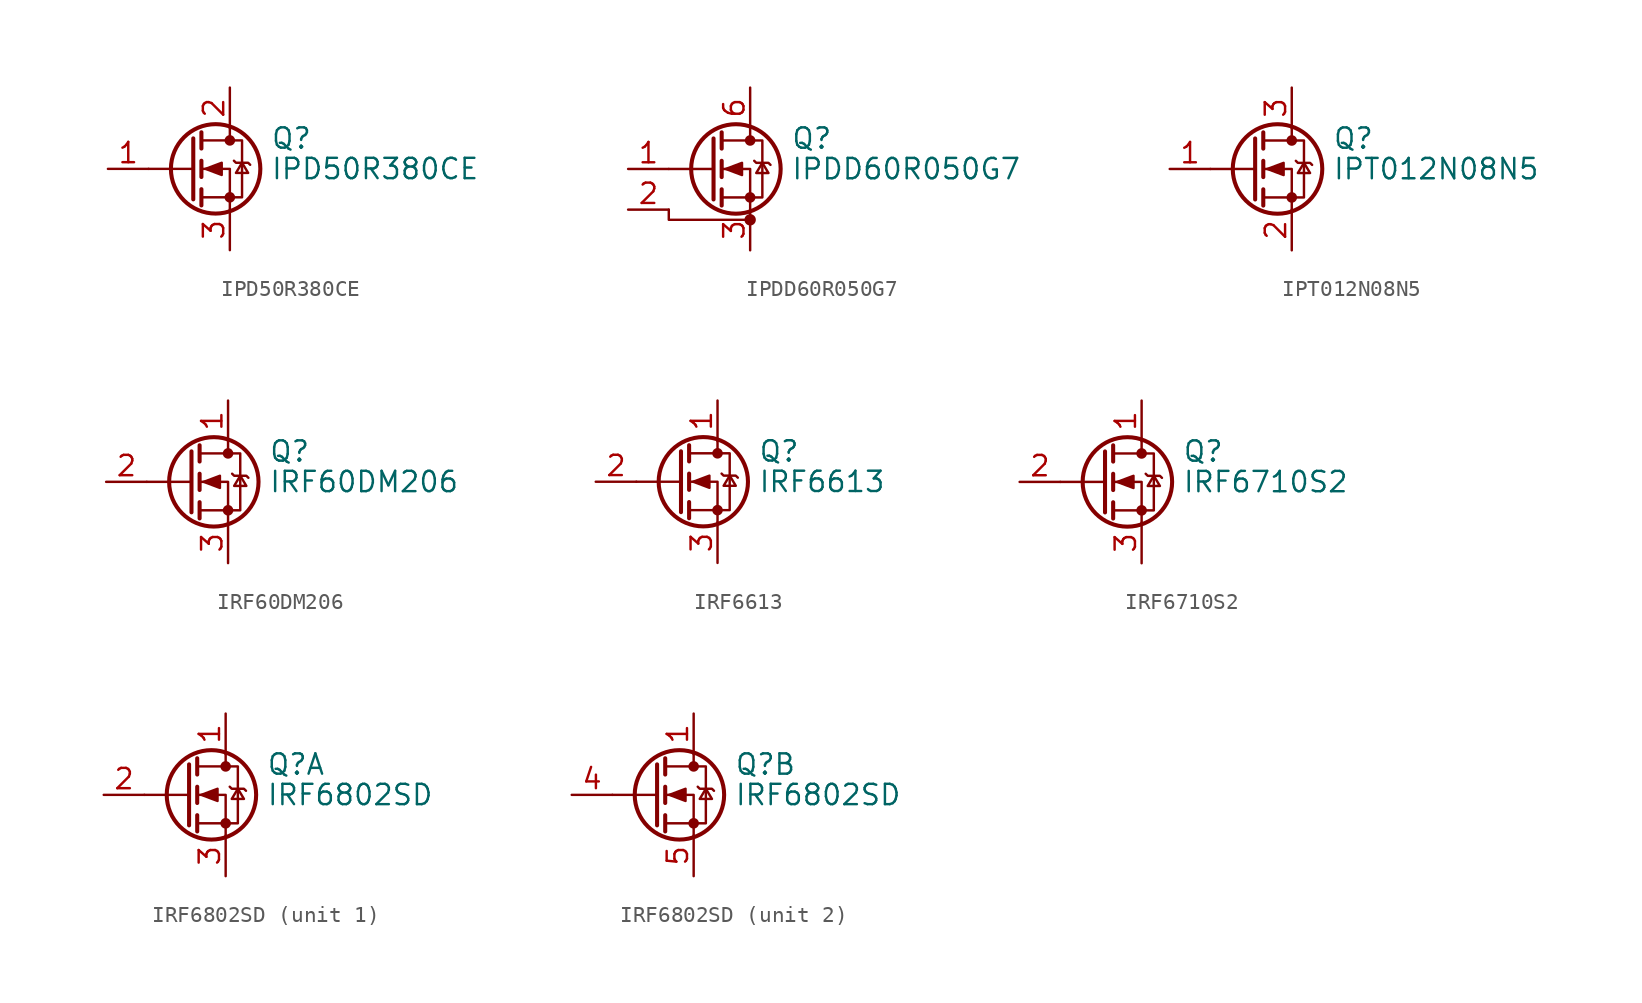
<source format=kicad_sym>
(kicad_symbol_lib
  (version 20241209)
  (generator "kicad_symbol_editor")
  (generator_version "9.0")
  (symbol "IPD50R380CE"
    (pin_names
      (hide yes))
    (property "Reference" "Q"
      (at 5.08 1.905 0)
      (effects (font (size 1.27 1.27)) (justify left)))
    (property "Value" "IPD50R380CE"
      (at 5.08 0 0)
      (effects (font (size 1.27 1.27)) (justify left)))
    (symbol "IPD50R380CE_0_1"
      (polyline (pts (xy 0.254 1.905) (xy 0.254 -1.905)) (stroke (width 0.254) (type default)) (fill (type none)))
      (polyline (pts (xy 0.254 0) (xy -2.54 0)) (stroke (width 0) (type default)) (fill (type none)))
      (polyline (pts (xy 0.762 2.286) (xy 0.762 1.27)) (stroke (width 0.254) (type default)) (fill (type none)))
      (polyline (pts (xy 0.762 0.508) (xy 0.762 -0.508)) (stroke (width 0.254) (type default)) (fill (type none)))
      (polyline (pts (xy 0.762 -1.27) (xy 0.762 -2.286)) (stroke (width 0.254) (type default)) (fill (type none)))
      (polyline (pts (xy 0.762 -1.778) (xy 3.302 -1.778) (xy 3.302 1.778) (xy 0.762 1.778)) (stroke (width 0) (type default)) (fill (type none)))
      (polyline (pts (xy 1.016 0) (xy 2.032 0.381) (xy 2.032 -0.381) (xy 1.016 0)) (stroke (width 0) (type default)) (fill (type outline)))
      (circle (center 1.651 0) (radius 2.794) (stroke (width 0.254) (type default)) (fill (type none)))
      (polyline (pts (xy 2.54 2.54) (xy 2.54 1.778)) (stroke (width 0) (type default)) (fill (type none)))
      (circle (center 2.54 1.778) (radius 0.254) (stroke (width 0) (type default)) (fill (type outline)))
      (circle (center 2.54 -1.778) (radius 0.254) (stroke (width 0) (type default)) (fill (type outline)))
      (polyline (pts (xy 2.54 -2.54) (xy 2.54 0) (xy 0.762 0)) (stroke (width 0) (type default)) (fill (type none)))
      (polyline (pts (xy 2.794 0.508) (xy 2.921 0.381) (xy 3.683 0.381) (xy 3.81 0.254)) (stroke (width 0) (type default)) (fill (type none)))
      (polyline (pts (xy 3.302 0.381) (xy 2.921 -0.254) (xy 3.683 -0.254) (xy 3.302 0.381)) (stroke (width 0) (type default)) (fill (type none))))
    (symbol "IPD50R380CE_1_1"
      (pin input line (at -5.08 0 0) (length 2.54) (name "G" (effects (font (size 1.27 1.27)))) (number "1" (effects (font (size 1.27 1.27)))))
      (pin passive line (at 2.54 5.08 270) (length 2.54) (name "D" (effects (font (size 1.27 1.27)))) (number "2" (effects (font (size 1.27 1.27)))))
      (pin passive line (at 2.54 -5.08 90) (length 2.54) (name "S" (effects (font (size 1.27 1.27)))) (number "3" (effects (font (size 1.27 1.27)))))))
  (symbol "IPDD60R050G7"
    (pin_names
      (hide yes))
    (property "Reference" "Q"
      (at 5.08 1.905 0)
      (effects (font (size 1.27 1.27)) (justify left)))
    (property "Value" "IPDD60R050G7"
      (at 5.08 0 0)
      (effects (font (size 1.27 1.27)) (justify left)))
    (symbol "IPDD60R050G7_0_1"
      (polyline (pts (xy -2.54 -2.54) (xy -2.54 -3.175) (xy 2.54 -3.175)) (stroke (width 0) (type default)) (fill (type none)))
      (polyline (pts (xy 0.254 1.905) (xy 0.254 -1.905)) (stroke (width 0.254) (type default)) (fill (type none)))
      (polyline (pts (xy 0.254 0) (xy -2.54 0)) (stroke (width 0) (type default)) (fill (type none)))
      (polyline (pts (xy 0.762 2.286) (xy 0.762 1.27)) (stroke (width 0.254) (type default)) (fill (type none)))
      (polyline (pts (xy 0.762 0.508) (xy 0.762 -0.508)) (stroke (width 0.254) (type default)) (fill (type none)))
      (polyline (pts (xy 0.762 -1.27) (xy 0.762 -2.286)) (stroke (width 0.254) (type default)) (fill (type none)))
      (polyline (pts (xy 0.762 -1.778) (xy 3.302 -1.778) (xy 3.302 1.778) (xy 0.762 1.778)) (stroke (width 0) (type default)) (fill (type none)))
      (polyline (pts (xy 1.016 0) (xy 2.032 0.381) (xy 2.032 -0.381) (xy 1.016 0)) (stroke (width 0) (type default)) (fill (type outline)))
      (circle (center 1.651 0) (radius 2.794) (stroke (width 0.254) (type default)) (fill (type none)))
      (polyline (pts (xy 2.54 2.54) (xy 2.54 1.778)) (stroke (width 0) (type default)) (fill (type none)))
      (circle (center 2.54 1.778) (radius 0.254) (stroke (width 0) (type default)) (fill (type outline)))
      (circle (center 2.54 -1.778) (radius 0.254) (stroke (width 0) (type default)) (fill (type outline)))
      (polyline (pts (xy 2.54 -2.54) (xy 2.54 0) (xy 0.762 0)) (stroke (width 0) (type default)) (fill (type none)))
      (circle (center 2.54 -3.175) (radius 0.279) (stroke (width 0) (type default)) (fill (type outline)))
      (polyline (pts (xy 2.794 0.508) (xy 2.921 0.381) (xy 3.683 0.381) (xy 3.81 0.254)) (stroke (width 0) (type default)) (fill (type none)))
      (polyline (pts (xy 3.302 0.381) (xy 2.921 -0.254) (xy 3.683 -0.254) (xy 3.302 0.381)) (stroke (width 0) (type default)) (fill (type none))))
    (symbol "IPDD60R050G7_1_1"
      (pin input line (at -5.08 0 0) (length 2.54) (name "G" (effects (font (size 1.27 1.27)))) (number "1" (effects (font (size 1.27 1.27)))))
      (pin passive line (at -5.08 -2.54 0) (length 2.54) (name "DS" (effects (font (size 1.27 1.27)))) (number "2" (effects (font (size 1.27 1.27)))))
      (pin passive line (at 2.54 5.08 270) (length 2.54) (hide yes) (name "D" (effects (font (size 1.27 1.27)))) (number "10" (effects (font (size 1.27 1.27)))))
      (pin passive line (at 2.54 5.08 270) (length 2.54) (name "D" (effects (font (size 1.27 1.27)))) (number "6" (effects (font (size 1.27 1.27)))))
      (pin passive line (at 2.54 5.08 270) (length 2.54) (hide yes) (name "D" (effects (font (size 1.27 1.27)))) (number "7" (effects (font (size 1.27 1.27)))))
      (pin passive line (at 2.54 5.08 270) (length 2.54) (hide yes) (name "D" (effects (font (size 1.27 1.27)))) (number "8" (effects (font (size 1.27 1.27)))))
      (pin passive line (at 2.54 5.08 270) (length 2.54) (hide yes) (name "D" (effects (font (size 1.27 1.27)))) (number "9" (effects (font (size 1.27 1.27)))))
      (pin passive line (at 2.54 -5.08 90) (length 2.54) (name "PS" (effects (font (size 1.27 1.27)))) (number "3" (effects (font (size 1.27 1.27)))))
      (pin passive line (at 2.54 -5.08 90) (length 2.54) (hide yes) (name "PS" (effects (font (size 1.27 1.27)))) (number "4" (effects (font (size 1.27 1.27)))))
      (pin passive line (at 2.54 -5.08 90) (length 2.54) (hide yes) (name "PS" (effects (font (size 1.27 1.27)))) (number "5" (effects (font (size 1.27 1.27)))))))
  (symbol "IPT012N08N5"
    (pin_names
      (hide yes))
    (property "Reference" "Q"
      (at 5.08 1.905 0)
      (effects (font (size 1.27 1.27)) (justify left)))
    (property "Value" "IPT012N08N5"
      (at 5.08 0 0)
      (effects (font (size 1.27 1.27)) (justify left)))
    (symbol "IPT012N08N5_0_1"
      (polyline (pts (xy 0.254 1.905) (xy 0.254 -1.905)) (stroke (width 0.254) (type default)) (fill (type none)))
      (polyline (pts (xy 0.254 0) (xy -2.54 0)) (stroke (width 0) (type default)) (fill (type none)))
      (polyline (pts (xy 0.762 2.286) (xy 0.762 1.27)) (stroke (width 0.254) (type default)) (fill (type none)))
      (polyline (pts (xy 0.762 0.508) (xy 0.762 -0.508)) (stroke (width 0.254) (type default)) (fill (type none)))
      (polyline (pts (xy 0.762 -1.27) (xy 0.762 -2.286)) (stroke (width 0.254) (type default)) (fill (type none)))
      (polyline (pts (xy 0.762 -1.778) (xy 3.302 -1.778) (xy 3.302 1.778) (xy 0.762 1.778)) (stroke (width 0) (type default)) (fill (type none)))
      (polyline (pts (xy 1.016 0) (xy 2.032 0.381) (xy 2.032 -0.381) (xy 1.016 0)) (stroke (width 0) (type default)) (fill (type outline)))
      (circle (center 1.651 0) (radius 2.794) (stroke (width 0.254) (type default)) (fill (type none)))
      (polyline (pts (xy 2.54 2.54) (xy 2.54 1.778)) (stroke (width 0) (type default)) (fill (type none)))
      (circle (center 2.54 1.778) (radius 0.254) (stroke (width 0) (type default)) (fill (type outline)))
      (circle (center 2.54 -1.778) (radius 0.254) (stroke (width 0) (type default)) (fill (type outline)))
      (polyline (pts (xy 2.54 -2.54) (xy 2.54 0) (xy 0.762 0)) (stroke (width 0) (type default)) (fill (type none)))
      (polyline (pts (xy 2.794 0.508) (xy 2.921 0.381) (xy 3.683 0.381) (xy 3.81 0.254)) (stroke (width 0) (type default)) (fill (type none)))
      (polyline (pts (xy 3.302 0.381) (xy 2.921 -0.254) (xy 3.683 -0.254) (xy 3.302 0.381)) (stroke (width 0) (type default)) (fill (type none))))
    (symbol "IPT012N08N5_1_1"
      (pin input line (at -5.08 0 0) (length 2.54) (name "G" (effects (font (size 1.27 1.27)))) (number "1" (effects (font (size 1.27 1.27)))))
      (pin passive line (at 2.54 5.08 270) (length 2.54) (name "D" (effects (font (size 1.27 1.27)))) (number "3" (effects (font (size 1.27 1.27)))))
      (pin passive line (at 2.54 -5.08 90) (length 2.54) (name "S" (effects (font (size 1.27 1.27)))) (number "2" (effects (font (size 1.27 1.27)))))))
  (symbol "IRF60DM206"
    (pin_names
      (hide yes))
    (property "Reference" "Q"
      (at 5.08 1.905 0)
      (effects (font (size 1.27 1.27)) (justify left)))
    (property "Value" "IRF60DM206"
      (at 5.08 0 0)
      (effects (font (size 1.27 1.27)) (justify left)))
    (symbol "IRF60DM206_0_1"
      (polyline (pts (xy 0.254 1.905) (xy 0.254 -1.905)) (stroke (width 0.254) (type default)) (fill (type none)))
      (polyline (pts (xy 0.254 0) (xy -2.54 0)) (stroke (width 0) (type default)) (fill (type none)))
      (polyline (pts (xy 0.762 2.286) (xy 0.762 1.27)) (stroke (width 0.254) (type default)) (fill (type none)))
      (polyline (pts (xy 0.762 0.508) (xy 0.762 -0.508)) (stroke (width 0.254) (type default)) (fill (type none)))
      (polyline (pts (xy 0.762 -1.27) (xy 0.762 -2.286)) (stroke (width 0.254) (type default)) (fill (type none)))
      (polyline (pts (xy 0.762 -1.778) (xy 3.302 -1.778) (xy 3.302 1.778) (xy 0.762 1.778)) (stroke (width 0) (type default)) (fill (type none)))
      (polyline (pts (xy 1.016 0) (xy 2.032 0.381) (xy 2.032 -0.381) (xy 1.016 0)) (stroke (width 0) (type default)) (fill (type outline)))
      (circle (center 1.651 0) (radius 2.794) (stroke (width 0.254) (type default)) (fill (type none)))
      (polyline (pts (xy 2.54 2.54) (xy 2.54 1.778)) (stroke (width 0) (type default)) (fill (type none)))
      (circle (center 2.54 1.778) (radius 0.254) (stroke (width 0) (type default)) (fill (type outline)))
      (circle (center 2.54 -1.778) (radius 0.254) (stroke (width 0) (type default)) (fill (type outline)))
      (polyline (pts (xy 2.54 -2.54) (xy 2.54 0) (xy 0.762 0)) (stroke (width 0) (type default)) (fill (type none)))
      (polyline (pts (xy 2.794 0.508) (xy 2.921 0.381) (xy 3.683 0.381) (xy 3.81 0.254)) (stroke (width 0) (type default)) (fill (type none)))
      (polyline (pts (xy 3.302 0.381) (xy 2.921 -0.254) (xy 3.683 -0.254) (xy 3.302 0.381)) (stroke (width 0) (type default)) (fill (type none))))
    (symbol "IRF60DM206_1_1"
      (pin input line (at -5.08 0 0) (length 2.54) (name "G" (effects (font (size 1.27 1.27)))) (number "2" (effects (font (size 1.27 1.27)))))
      (pin passive line (at 2.54 5.08 270) (length 2.54) (name "D" (effects (font (size 1.27 1.27)))) (number "1" (effects (font (size 1.27 1.27)))))
      (pin passive line (at 2.54 -5.08 90) (length 2.54) (name "S" (effects (font (size 1.27 1.27)))) (number "3" (effects (font (size 1.27 1.27)))))))
  (symbol "IRF6613"
    (pin_names
      (hide yes))
    (property "Reference" "Q"
      (at 5.08 1.905 0)
      (effects (font (size 1.27 1.27)) (justify left)))
    (property "Value" "IRF6613"
      (at 5.08 0 0)
      (effects (font (size 1.27 1.27)) (justify left)))
    (symbol "IRF6613_0_1"
      (polyline (pts (xy 0.254 1.905) (xy 0.254 -1.905)) (stroke (width 0.254) (type default)) (fill (type none)))
      (polyline (pts (xy 0.254 0) (xy -2.54 0)) (stroke (width 0) (type default)) (fill (type none)))
      (polyline (pts (xy 0.762 2.286) (xy 0.762 1.27)) (stroke (width 0.254) (type default)) (fill (type none)))
      (polyline (pts (xy 0.762 0.508) (xy 0.762 -0.508)) (stroke (width 0.254) (type default)) (fill (type none)))
      (polyline (pts (xy 0.762 -1.27) (xy 0.762 -2.286)) (stroke (width 0.254) (type default)) (fill (type none)))
      (polyline (pts (xy 0.762 -1.778) (xy 3.302 -1.778) (xy 3.302 1.778) (xy 0.762 1.778)) (stroke (width 0) (type default)) (fill (type none)))
      (polyline (pts (xy 1.016 0) (xy 2.032 0.381) (xy 2.032 -0.381) (xy 1.016 0)) (stroke (width 0) (type default)) (fill (type outline)))
      (circle (center 1.651 0) (radius 2.794) (stroke (width 0.254) (type default)) (fill (type none)))
      (polyline (pts (xy 2.54 2.54) (xy 2.54 1.778)) (stroke (width 0) (type default)) (fill (type none)))
      (circle (center 2.54 1.778) (radius 0.254) (stroke (width 0) (type default)) (fill (type outline)))
      (circle (center 2.54 -1.778) (radius 0.254) (stroke (width 0) (type default)) (fill (type outline)))
      (polyline (pts (xy 2.54 -2.54) (xy 2.54 0) (xy 0.762 0)) (stroke (width 0) (type default)) (fill (type none)))
      (polyline (pts (xy 2.794 0.508) (xy 2.921 0.381) (xy 3.683 0.381) (xy 3.81 0.254)) (stroke (width 0) (type default)) (fill (type none)))
      (polyline (pts (xy 3.302 0.381) (xy 2.921 -0.254) (xy 3.683 -0.254) (xy 3.302 0.381)) (stroke (width 0) (type default)) (fill (type none))))
    (symbol "IRF6613_1_1"
      (pin input line (at -5.08 0 0) (length 2.54) (name "G" (effects (font (size 1.27 1.27)))) (number "2" (effects (font (size 1.27 1.27)))))
      (pin passive line (at 2.54 5.08 270) (length 2.54) (name "D" (effects (font (size 1.27 1.27)))) (number "1" (effects (font (size 1.27 1.27)))))
      (pin passive line (at 2.54 -5.08 90) (length 2.54) (name "S" (effects (font (size 1.27 1.27)))) (number "3" (effects (font (size 1.27 1.27)))))))
  (symbol "IRF6710S2"
    (pin_names
      (hide yes))
    (property "Reference" "Q"
      (at 5.08 1.905 0)
      (effects (font (size 1.27 1.27)) (justify left)))
    (property "Value" "IRF6710S2"
      (at 5.08 0 0)
      (effects (font (size 1.27 1.27)) (justify left)))
    (symbol "IRF6710S2_0_1"
      (polyline (pts (xy 0.254 1.905) (xy 0.254 -1.905)) (stroke (width 0.254) (type default)) (fill (type none)))
      (polyline (pts (xy 0.254 0) (xy -2.54 0)) (stroke (width 0) (type default)) (fill (type none)))
      (polyline (pts (xy 0.762 2.286) (xy 0.762 1.27)) (stroke (width 0.254) (type default)) (fill (type none)))
      (polyline (pts (xy 0.762 0.508) (xy 0.762 -0.508)) (stroke (width 0.254) (type default)) (fill (type none)))
      (polyline (pts (xy 0.762 -1.27) (xy 0.762 -2.286)) (stroke (width 0.254) (type default)) (fill (type none)))
      (polyline (pts (xy 0.762 -1.778) (xy 3.302 -1.778) (xy 3.302 1.778) (xy 0.762 1.778)) (stroke (width 0) (type default)) (fill (type none)))
      (polyline (pts (xy 1.016 0) (xy 2.032 0.381) (xy 2.032 -0.381) (xy 1.016 0)) (stroke (width 0) (type default)) (fill (type outline)))
      (circle (center 1.651 0) (radius 2.794) (stroke (width 0.254) (type default)) (fill (type none)))
      (polyline (pts (xy 2.54 2.54) (xy 2.54 1.778)) (stroke (width 0) (type default)) (fill (type none)))
      (circle (center 2.54 1.778) (radius 0.254) (stroke (width 0) (type default)) (fill (type outline)))
      (circle (center 2.54 -1.778) (radius 0.254) (stroke (width 0) (type default)) (fill (type outline)))
      (polyline (pts (xy 2.54 -2.54) (xy 2.54 0) (xy 0.762 0)) (stroke (width 0) (type default)) (fill (type none)))
      (polyline (pts (xy 2.794 0.508) (xy 2.921 0.381) (xy 3.683 0.381) (xy 3.81 0.254)) (stroke (width 0) (type default)) (fill (type none)))
      (polyline (pts (xy 3.302 0.381) (xy 2.921 -0.254) (xy 3.683 -0.254) (xy 3.302 0.381)) (stroke (width 0) (type default)) (fill (type none))))
    (symbol "IRF6710S2_1_1"
      (pin input line (at -5.08 0 0) (length 2.54) (name "G" (effects (font (size 1.27 1.27)))) (number "2" (effects (font (size 1.27 1.27)))))
      (pin passive line (at 2.54 5.08 270) (length 2.54) (name "D" (effects (font (size 1.27 1.27)))) (number "1" (effects (font (size 1.27 1.27)))))
      (pin passive line (at 2.54 -5.08 90) (length 2.54) (name "S" (effects (font (size 1.27 1.27)))) (number "3" (effects (font (size 1.27 1.27)))))))
  (symbol "IRF6802SD"
    (pin_names
      (hide yes))
    (property "Reference" "Q"
      (at 5.08 1.905 0)
      (effects (font (size 1.27 1.27)) (justify left)))
    (property "Value" "IRF6802SD"
      (at 5.08 0 0)
      (effects (font (size 1.27 1.27)) (justify left)))
    (symbol "IRF6802SD_0_1"
      (polyline (pts (xy 0.254 1.905) (xy 0.254 -1.905)) (stroke (width 0.254) (type default)) (fill (type none)))
      (polyline (pts (xy 0.254 0) (xy -2.54 0)) (stroke (width 0) (type default)) (fill (type none)))
      (polyline (pts (xy 0.762 2.286) (xy 0.762 1.27)) (stroke (width 0.254) (type default)) (fill (type none)))
      (polyline (pts (xy 0.762 0.508) (xy 0.762 -0.508)) (stroke (width 0.254) (type default)) (fill (type none)))
      (polyline (pts (xy 0.762 -1.27) (xy 0.762 -2.286)) (stroke (width 0.254) (type default)) (fill (type none)))
      (polyline (pts (xy 0.762 -1.778) (xy 3.302 -1.778) (xy 3.302 1.778) (xy 0.762 1.778)) (stroke (width 0) (type default)) (fill (type none)))
      (polyline (pts (xy 1.016 0) (xy 2.032 0.381) (xy 2.032 -0.381) (xy 1.016 0)) (stroke (width 0) (type default)) (fill (type outline)))
      (circle (center 1.651 0) (radius 2.794) (stroke (width 0.254) (type default)) (fill (type none)))
      (polyline (pts (xy 2.54 2.54) (xy 2.54 1.778)) (stroke (width 0) (type default)) (fill (type none)))
      (circle (center 2.54 1.778) (radius 0.254) (stroke (width 0) (type default)) (fill (type outline)))
      (circle (center 2.54 -1.778) (radius 0.254) (stroke (width 0) (type default)) (fill (type outline)))
      (polyline (pts (xy 2.54 -2.54) (xy 2.54 0) (xy 0.762 0)) (stroke (width 0) (type default)) (fill (type none)))
      (polyline (pts (xy 2.794 0.508) (xy 2.921 0.381) (xy 3.683 0.381) (xy 3.81 0.254)) (stroke (width 0) (type default)) (fill (type none)))
      (polyline (pts (xy 3.302 0.381) (xy 2.921 -0.254) (xy 3.683 -0.254) (xy 3.302 0.381)) (stroke (width 0) (type default)) (fill (type none))))
    (symbol "IRF6802SD_1_1"
      (pin input line (at -5.08 0 0) (length 2.54) (name "G1" (effects (font (size 1.27 1.27)))) (number "2" (effects (font (size 1.27 1.27)))))
      (pin passive line (at 2.54 5.08 270) (length 2.54) (name "D" (effects (font (size 1.27 1.27)))) (number "1" (effects (font (size 1.27 1.27)))))
      (pin passive line (at 2.54 -5.08 90) (length 2.54) (name "S1" (effects (font (size 1.27 1.27)))) (number "3" (effects (font (size 1.27 1.27))))))
    (symbol "IRF6802SD_2_1"
      (pin input line (at -5.08 0 0) (length 2.54) (name "G2" (effects (font (size 1.27 1.27)))) (number "4" (effects (font (size 1.27 1.27)))))
      (pin passive line (at 2.54 5.08 270) (length 2.54) (name "D" (effects (font (size 1.27 1.27)))) (number "1" (effects (font (size 1.27 1.27)))))
      (pin passive line (at 2.54 -5.08 90) (length 2.54) (name "S2" (effects (font (size 1.27 1.27)))) (number "5" (effects (font (size 1.27 1.27))))))))
</source>
